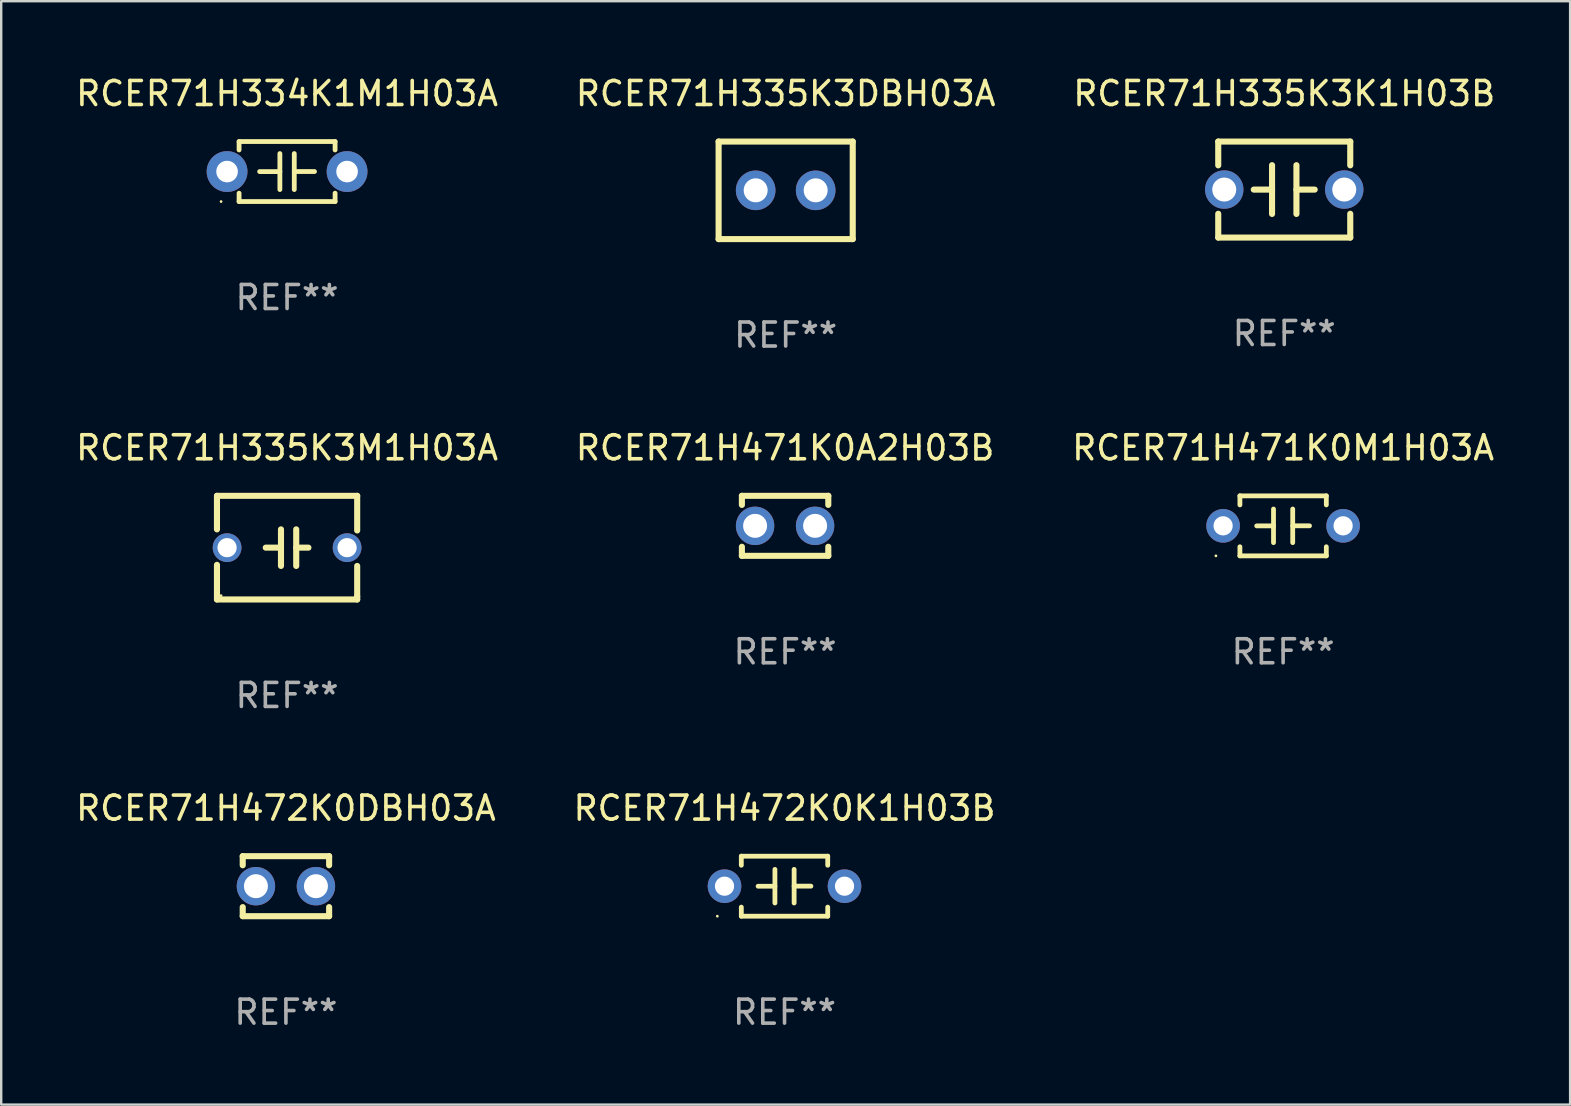
<source format=kicad_pcb>
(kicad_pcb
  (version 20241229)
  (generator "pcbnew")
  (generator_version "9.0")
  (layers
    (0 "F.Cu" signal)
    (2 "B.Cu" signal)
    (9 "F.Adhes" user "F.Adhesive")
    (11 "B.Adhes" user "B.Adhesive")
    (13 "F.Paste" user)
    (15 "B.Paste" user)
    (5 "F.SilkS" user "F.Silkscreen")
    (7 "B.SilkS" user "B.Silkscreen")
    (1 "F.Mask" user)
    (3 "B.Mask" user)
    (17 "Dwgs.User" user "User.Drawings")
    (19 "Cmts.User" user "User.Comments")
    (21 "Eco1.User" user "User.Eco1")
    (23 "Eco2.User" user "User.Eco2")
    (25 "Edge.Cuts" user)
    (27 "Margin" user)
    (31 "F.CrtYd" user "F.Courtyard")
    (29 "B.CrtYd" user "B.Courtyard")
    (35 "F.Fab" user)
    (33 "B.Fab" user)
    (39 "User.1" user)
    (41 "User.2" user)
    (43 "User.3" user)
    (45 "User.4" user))
  (footprint "RCER71H335K3DBH03A"
    (layer "F.Cu")
    (at 29.685 4.88)
    (property "Reference" "RCER71H335K3DBH03A" (at 0 -4.032 0) (layer "F.SilkS") (effects (font (size 1 1) (thickness 0.15))))
    (attr through_hole)
    (fp_line (start -2.794 -2.032) (end -2.794 2.032) (stroke (width 0.254) (type solid)) (layer "F.SilkS"))
    (fp_line (start -2.794 2.032) (end 2.794 2.032) (stroke (width 0.254) (type solid)) (layer "F.SilkS"))
    (fp_line (start 2.794 -2.032) (end -2.794 -2.032) (stroke (width 0.254) (type solid)) (layer "F.SilkS"))
    (fp_line (start 2.794 2.032) (end 2.794 -2.032) (stroke (width 0.254) (type solid)) (layer "F.SilkS"))
    (fp_circle (center -2.75 2) (end -2.72 2) (stroke (width 0.06) (type solid)) (fill no) (layer "F.SilkS"))
    (fp_text user "REF**" (at 0 6.032 0) (layer "F.Fab") (effects (font (size 1 1) (thickness 0.15))))
    (pad "1" thru_hole circle (at -1.25 0) (size 1.65 1.65) (drill 1) (layers "*.Cu" "*.Mask"))
    (pad "2" thru_hole circle (at 1.25 0) (size 1.65 1.65) (drill 1) (layers "*.Cu" "*.Mask")))
  (footprint "RCER71H334K1M1H03A"
    (layer "F.Cu")
    (at 8.911 4.098)
    (property "Reference" "RCER71H334K1M1H03A" (at 0 -3.25 0) (layer "F.SilkS") (effects (font (size 1 1) (thickness 0.15))))
    (attr through_hole)
    (fp_line (start -2 -1.25) (end -2 -0.901) (stroke (width 0.2) (type solid)) (layer "F.SilkS"))
    (fp_line (start -2 -1.25) (end 2 -1.25) (stroke (width 0.2) (type solid)) (layer "F.SilkS"))
    (fp_line (start -2 0.901) (end -2 1.25) (stroke (width 0.2) (type solid)) (layer "F.SilkS"))
    (fp_line (start -0.3 -0.75) (end -0.3 0.75) (stroke (width 0.2) (type solid)) (layer "F.SilkS"))
    (fp_line (start -0.3 0.001) (end -1.143 0.001) (stroke (width 0.2) (type solid)) (layer "F.SilkS"))
    (fp_line (start 0.3 -0.001) (end 1.143 -0.001) (stroke (width 0.2) (type solid)) (layer "F.SilkS"))
    (fp_line (start 0.3 0.75) (end 0.3 -0.75) (stroke (width 0.2) (type solid)) (layer "F.SilkS"))
    (fp_line (start 2 -1.25) (end 2 -0.901) (stroke (width 0.2) (type solid)) (layer "F.SilkS"))
    (fp_line (start 2 0.901) (end 2 1.25) (stroke (width 0.2) (type solid)) (layer "F.SilkS"))
    (fp_line (start 2 1.25) (end -2 1.25) (stroke (width 0.2) (type solid)) (layer "F.SilkS"))
    (fp_circle (center -2.75 1.25) (end -2.72 1.25) (stroke (width 0.06) (type solid)) (fill no) (layer "F.SilkS"))
    (fp_text user "REF**" (at 0 5.25 0) (layer "F.Fab") (effects (font (size 1 1) (thickness 0.15))))
    (pad "1" thru_hole circle (at -2.5 0) (size 1.7 1.7) (drill 0.9) (layers "*.Cu" "*.Mask"))
    (pad "2" thru_hole circle (at 2.5 0) (size 1.7 1.7) (drill 0.9) (layers "*.Cu" "*.Mask")))
  (footprint "RCER71H335K3M1H03A"
    (layer "F.Cu")
    (at 8.911 19.768)
    (property "Reference" "RCER71H335K3M1H03A" (at 0 -4.159 0) (layer "F.SilkS") (effects (font (size 1 1) (thickness 0.15))))
    (attr through_hole)
    (fp_line (start -2.921 -2.159) (end 2.921 -2.159) (stroke (width 0.254) (type solid)) (layer "F.SilkS"))
    (fp_line (start -2.921 -2.032) (end -2.921 -2.159) (stroke (width 0.254) (type solid)) (layer "F.SilkS"))
    (fp_line (start -2.921 -0.762) (end -2.921 -2.032) (stroke (width 0.254) (type solid)) (layer "F.SilkS"))
    (fp_line (start -2.921 2.159) (end -2.921 0.716) (stroke (width 0.254) (type solid)) (layer "F.SilkS"))
    (fp_line (start -0.381 -0.000025) (end -0.889 -0.000025) (stroke (width 0.254) (type solid)) (layer "F.SilkS"))
    (fp_line (start -0.254 -0.762) (end -0.254 0.762) (stroke (width 0.254) (type solid)) (layer "F.SilkS"))
    (fp_line (start 0.381 -0.762) (end 0.381 0.762) (stroke (width 0.254) (type solid)) (layer "F.SilkS"))
    (fp_line (start 0.381 0.000025) (end 0.889 0.000025) (stroke (width 0.254) (type solid)) (layer "F.SilkS"))
    (fp_line (start 2.921 -2.159) (end 2.921 -0.716) (stroke (width 0.254) (type solid)) (layer "F.SilkS"))
    (fp_line (start 2.921 0.762) (end 2.921 2.032) (stroke (width 0.254) (type solid)) (layer "F.SilkS"))
    (fp_line (start 2.921 2.032) (end 2.921 2.159) (stroke (width 0.254) (type solid)) (layer "F.SilkS"))
    (fp_line (start 2.921 2.159) (end -2.921 2.159) (stroke (width 0.254) (type solid)) (layer "F.SilkS"))
    (fp_circle (center -2.75 2) (end -2.72 2) (stroke (width 0.06) (type solid)) (fill no) (layer "F.SilkS"))
    (fp_text user "REF**" (at 0 6.159 0) (layer "F.Fab") (effects (font (size 1 1) (thickness 0.15))))
    (pad "1" thru_hole circle (at -2.5 0) (size 1.2 1.2) (drill 0.8) (layers "*.Cu" "*.Mask"))
    (pad "2" thru_hole circle (at 2.5 0) (size 1.2 1.2) (drill 0.8) (layers "*.Cu" "*.Mask")))
  (footprint "RCER71H471K0A2H03B"
    (layer "F.Cu")
    (at 29.661 18.859)
    (property "Reference" "RCER71H471K0A2H03B" (at 0 -3.25 0) (layer "F.SilkS") (effects (font (size 1 1) (thickness 0.15))))
    (attr through_hole)
    (fp_line (start -1.8 -1.25) (end -1.8 -0.872) (stroke (width 0.254) (type solid)) (layer "F.SilkS"))
    (fp_line (start -1.8 -1.25) (end 1.8 -1.25) (stroke (width 0.254) (type solid)) (layer "F.SilkS"))
    (fp_line (start -1.8 0.872) (end -1.8 1.25) (stroke (width 0.254) (type solid)) (layer "F.SilkS"))
    (fp_line (start -1.8 1.25) (end 1.8 1.25) (stroke (width 0.254) (type solid)) (layer "F.SilkS"))
    (fp_line (start 1.8 -1.25) (end 1.8 -0.872) (stroke (width 0.254) (type solid)) (layer "F.SilkS"))
    (fp_line (start 1.8 0.872) (end 1.8 1.25) (stroke (width 0.254) (type solid)) (layer "F.SilkS"))
    (fp_circle (center -1.8 1.25) (end -1.77 1.25) (stroke (width 0.06) (type solid)) (fill no) (layer "F.SilkS"))
    (fp_text user "REF**" (at 0 5.25 0) (layer "F.Fab") (effects (font (size 1 1) (thickness 0.15))))
    (pad "1" thru_hole circle (at -1.25 0) (size 1.6 1.6) (drill 1) (layers "*.Cu" "*.Mask"))
    (pad "2" thru_hole circle (at 1.25 0) (size 1.6 1.6) (drill 1) (layers "*.Cu" "*.Mask")))
  (footprint "RCER71H472K0DBH03A"
    (layer "F.Cu")
    (at 8.863 33.873)
    (property "Reference" "RCER71H472K0DBH03A" (at 0 -3.25 0) (layer "F.SilkS") (effects (font (size 1 1) (thickness 0.15))))
    (attr through_hole)
    (fp_line (start -1.8 -1.25) (end -1.8 -0.872) (stroke (width 0.254) (type solid)) (layer "F.SilkS"))
    (fp_line (start -1.8 -1.25) (end 1.8 -1.25) (stroke (width 0.254) (type solid)) (layer "F.SilkS"))
    (fp_line (start -1.8 0.872) (end -1.8 1.25) (stroke (width 0.254) (type solid)) (layer "F.SilkS"))
    (fp_line (start -1.8 1.25) (end 1.8 1.25) (stroke (width 0.254) (type solid)) (layer "F.SilkS"))
    (fp_line (start 1.8 -1.25) (end 1.8 -0.872) (stroke (width 0.254) (type solid)) (layer "F.SilkS"))
    (fp_line (start 1.8 0.872) (end 1.8 1.25) (stroke (width 0.254) (type solid)) (layer "F.SilkS"))
    (fp_circle (center -1.8 1.25) (end -1.77 1.25) (stroke (width 0.06) (type solid)) (fill no) (layer "F.SilkS"))
    (fp_text user "REF**" (at 0 5.25 0) (layer "F.Fab") (effects (font (size 1 1) (thickness 0.15))))
    (pad "1" thru_hole circle (at -1.25 0) (size 1.6 1.6) (drill 1) (layers "*.Cu" "*.Mask"))
    (pad "2" thru_hole circle (at 1.25 0) (size 1.6 1.6) (drill 1) (layers "*.Cu" "*.Mask")))
  (footprint "RCER71H335K3K1H03B"
    (layer "F.Cu")
    (at 50.458 4.848)
    (property "Reference" "RCER71H335K3K1H03B" (at 0 -4 0) (layer "F.SilkS") (effects (font (size 1 1) (thickness 0.15))))
    (attr through_hole)
    (fp_line (start -2.75 -2) (end -2.75 -1.009) (stroke (width 0.254) (type solid)) (layer "F.SilkS"))
    (fp_line (start -2.75 -2) (end 2.75 -2) (stroke (width 0.254) (type solid)) (layer "F.SilkS"))
    (fp_line (start -2.75 1.009) (end -2.75 2) (stroke (width 0.254) (type solid)) (layer "F.SilkS"))
    (fp_line (start -0.508 -1.016) (end -0.508 1.016) (stroke (width 0.254) (type solid)) (layer "F.SilkS"))
    (fp_line (start -0.508 0.002) (end -1.27 0.002) (stroke (width 0.254) (type solid)) (layer "F.SilkS"))
    (fp_line (start 0.508 0.002) (end 1.27 0.002) (stroke (width 0.254) (type solid)) (layer "F.SilkS"))
    (fp_line (start 0.508 1.016) (end 0.508 -1.016) (stroke (width 0.254) (type solid)) (layer "F.SilkS"))
    (fp_line (start 2.75 2) (end -2.75 2) (stroke (width 0.254) (type solid)) (layer "F.SilkS"))
    (fp_line (start 2.75 -2) (end 2.75 -1.009) (stroke (width 0.254) (type solid)) (layer "F.SilkS"))
    (fp_line (start 2.75 1.009) (end 2.75 2) (stroke (width 0.254) (type solid)) (layer "F.SilkS"))
    (fp_circle (center -2.75 2) (end -2.72 2) (stroke (width 0.06) (type solid)) (fill no) (layer "F.SilkS"))
    (fp_text user "REF**" (at 0 6 0) (layer "F.Fab") (effects (font (size 1 1) (thickness 0.15))))
    (pad "1" thru_hole circle (at -2.5 0) (size 1.6 1.6) (drill 1) (layers "*.Cu" "*.Mask"))
    (pad "2" thru_hole circle (at 2.5 0) (size 1.6 1.6) (drill 1) (layers "*.Cu" "*.Mask")))
  (footprint "RCER71H472K0K1H03B"
    (layer "F.Cu")
    (at 29.637 33.873)
    (property "Reference" "RCER71H472K0K1H03B" (at 0 -3.25 0) (layer "F.SilkS") (effects (font (size 1 1) (thickness 0.15))))
    (attr through_hole)
    (fp_line (start -1.8 -1.25) (end -1.8 -0.872) (stroke (width 0.2) (type solid)) (layer "F.SilkS"))
    (fp_line (start -1.8 -1.25) (end 1.8 -1.25) (stroke (width 0.2) (type solid)) (layer "F.SilkS"))
    (fp_line (start -1.8 0.872) (end -1.8 1.25) (stroke (width 0.2) (type solid)) (layer "F.SilkS"))
    (fp_line (start -1.8 1.25) (end 1.8 1.25) (stroke (width 0.2) (type solid)) (layer "F.SilkS"))
    (fp_line (start -0.4 -0.7) (end -0.4 0.7) (stroke (width 0.2) (type solid)) (layer "F.SilkS"))
    (fp_line (start -0.4 0.002) (end -1.1 0.002) (stroke (width 0.2) (type solid)) (layer "F.SilkS"))
    (fp_line (start 0.4 -0.001) (end 1.1 -0.001) (stroke (width 0.2) (type solid)) (layer "F.SilkS"))
    (fp_line (start 0.4 0.7) (end 0.4 -0.7) (stroke (width 0.2) (type solid)) (layer "F.SilkS"))
    (fp_line (start 1.8 -1.25) (end 1.8 -0.872) (stroke (width 0.2) (type solid)) (layer "F.SilkS"))
    (fp_line (start 1.8 0.872) (end 1.8 1.25) (stroke (width 0.2) (type solid)) (layer "F.SilkS"))
    (fp_circle (center -2.8 1.25) (end -2.77 1.25) (stroke (width 0.06) (type solid)) (fill no) (layer "F.SilkS"))
    (fp_text user "REF**" (at 0 5.25 0) (layer "F.Fab") (effects (font (size 1 1) (thickness 0.15))))
    (pad "1" thru_hole circle (at -2.5 0) (size 1.4 1.4) (drill 0.8) (layers "*.Cu" "*.Mask"))
    (pad "2" thru_hole circle (at 2.5 0) (size 1.4 1.4) (drill 0.8) (layers "*.Cu" "*.Mask")))
  (footprint "RCER71H471K0M1H03A"
    (layer "F.Cu")
    (at 50.411 18.859)
    (property "Reference" "RCER71H471K0M1H03A" (at 0 -3.25 0) (layer "F.SilkS") (effects (font (size 1 1) (thickness 0.15))))
    (attr through_hole)
    (fp_line (start -1.8 -1.25) (end -1.8 -0.872) (stroke (width 0.2) (type solid)) (layer "F.SilkS"))
    (fp_line (start -1.8 -1.25) (end 1.8 -1.25) (stroke (width 0.2) (type solid)) (layer "F.SilkS"))
    (fp_line (start -1.8 0.872) (end -1.8 1.25) (stroke (width 0.2) (type solid)) (layer "F.SilkS"))
    (fp_line (start -1.8 1.25) (end 1.8 1.25) (stroke (width 0.2) (type solid)) (layer "F.SilkS"))
    (fp_line (start -0.4 -0.7) (end -0.4 0.7) (stroke (width 0.2) (type solid)) (layer "F.SilkS"))
    (fp_line (start -0.4 0.002) (end -1.1 0.002) (stroke (width 0.2) (type solid)) (layer "F.SilkS"))
    (fp_line (start 0.4 -0.001) (end 1.1 -0.001) (stroke (width 0.2) (type solid)) (layer "F.SilkS"))
    (fp_line (start 0.4 0.7) (end 0.4 -0.7) (stroke (width 0.2) (type solid)) (layer "F.SilkS"))
    (fp_line (start 1.8 -1.25) (end 1.8 -0.872) (stroke (width 0.2) (type solid)) (layer "F.SilkS"))
    (fp_line (start 1.8 0.872) (end 1.8 1.25) (stroke (width 0.2) (type solid)) (layer "F.SilkS"))
    (fp_circle (center -2.8 1.25) (end -2.77 1.25) (stroke (width 0.06) (type solid)) (fill no) (layer "F.SilkS"))
    (fp_text user "REF**" (at 0 5.25 0) (layer "F.Fab") (effects (font (size 1 1) (thickness 0.15))))
    (pad "1" thru_hole circle (at -2.5 0) (size 1.4 1.4) (drill 0.8) (layers "*.Cu" "*.Mask"))
    (pad "2" thru_hole circle (at 2.5 0) (size 1.4 1.4) (drill 0.8) (layers "*.Cu" "*.Mask")))
  (gr_rect
    (start -3 -3)
    (end 62.369 42.972)
    (stroke (width 0.1) (type default))
    (fill no)
    (layer "Edge.Cuts")))
</source>
